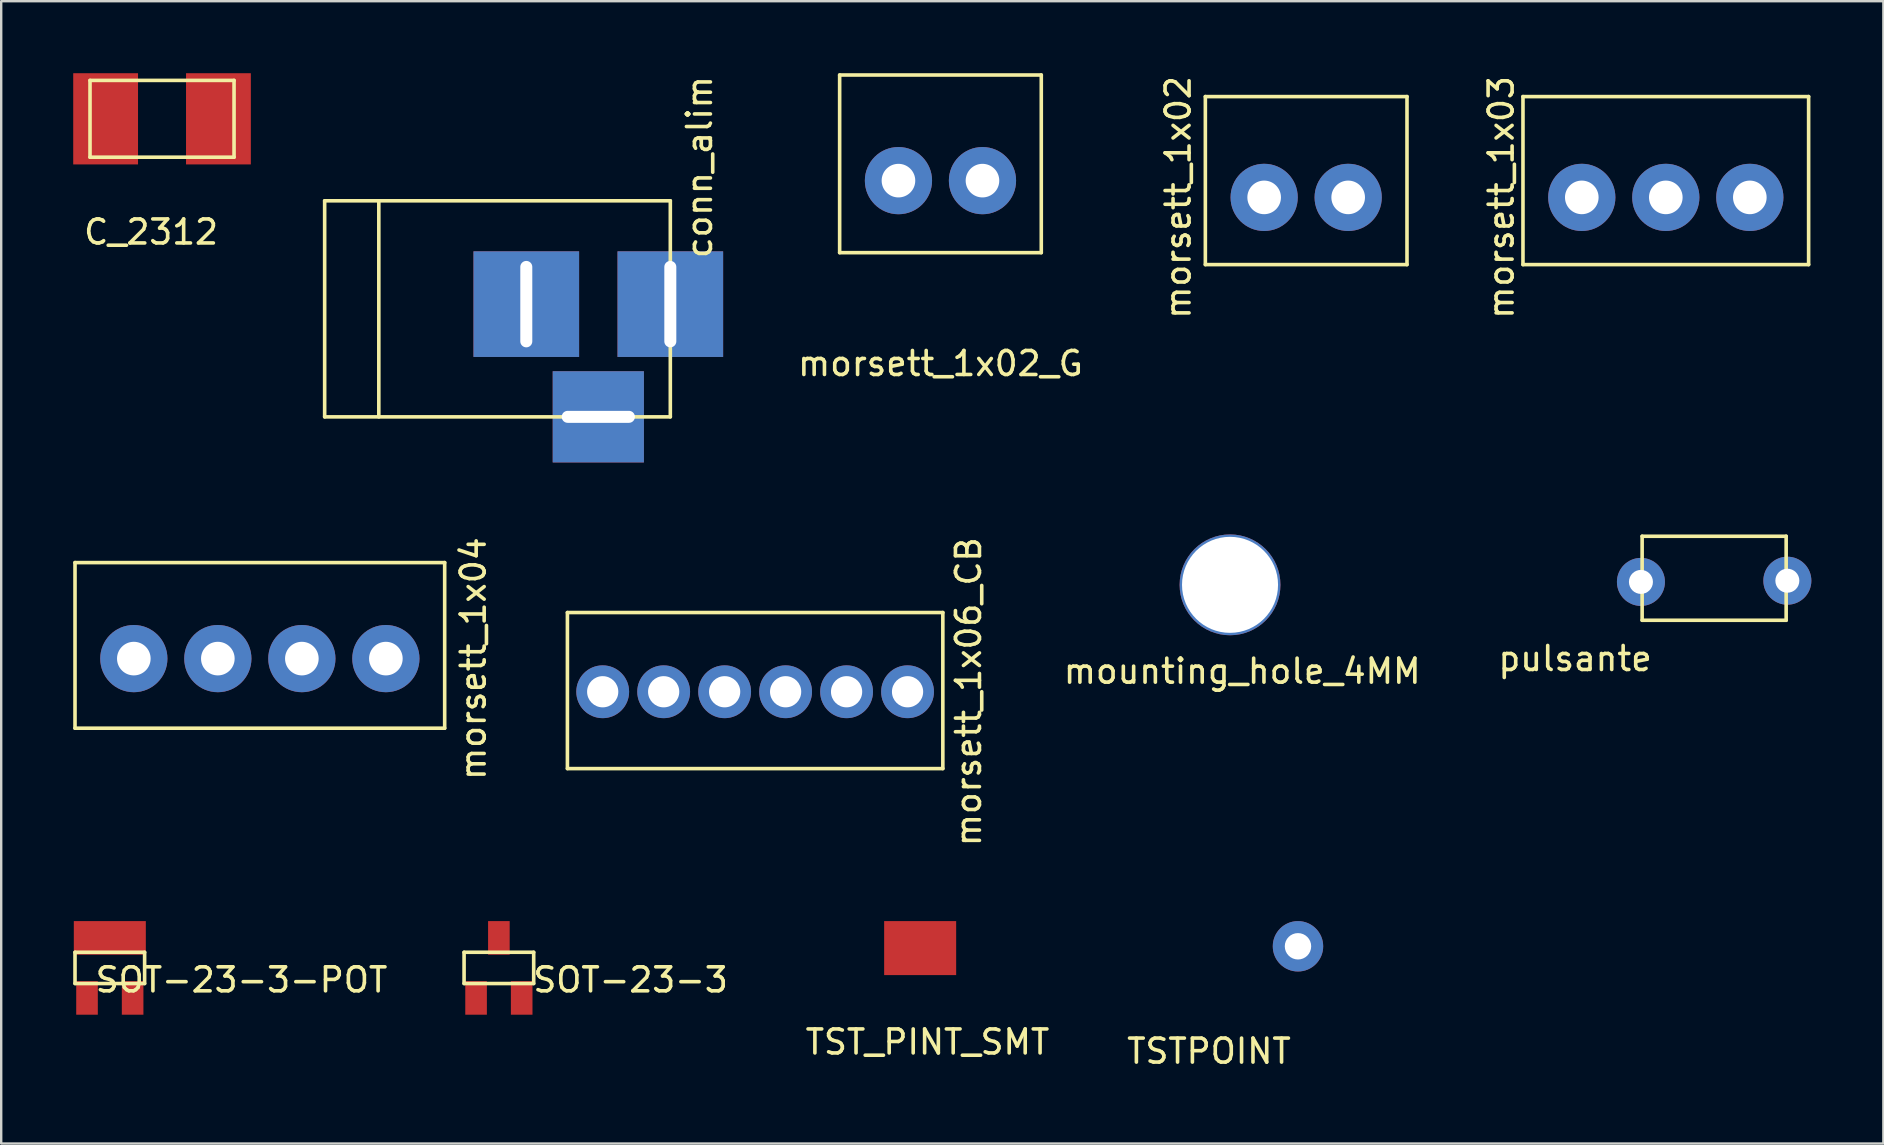
<source format=kicad_pcb>
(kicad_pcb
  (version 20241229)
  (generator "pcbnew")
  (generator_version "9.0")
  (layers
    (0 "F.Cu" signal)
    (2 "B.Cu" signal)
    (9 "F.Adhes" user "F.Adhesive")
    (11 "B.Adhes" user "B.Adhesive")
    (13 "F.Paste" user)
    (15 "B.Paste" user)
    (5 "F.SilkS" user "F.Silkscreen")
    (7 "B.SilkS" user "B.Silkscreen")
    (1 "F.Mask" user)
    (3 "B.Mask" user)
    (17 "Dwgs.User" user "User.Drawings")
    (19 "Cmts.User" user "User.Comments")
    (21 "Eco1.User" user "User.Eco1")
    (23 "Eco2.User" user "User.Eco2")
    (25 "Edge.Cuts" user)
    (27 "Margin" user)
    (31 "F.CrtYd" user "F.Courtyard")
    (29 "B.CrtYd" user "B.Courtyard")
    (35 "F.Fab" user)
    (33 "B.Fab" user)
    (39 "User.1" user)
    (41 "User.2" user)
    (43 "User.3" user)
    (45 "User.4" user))
  (footprint "pulsante"
    (layer "F.Cu")
    (at 68.36 21.04)
    (property "Reference" "pulsante" (at -5.791 3.345 0) (layer "F.SilkS") (effects (font (size 1 1) (thickness 0.15))))
    (attr through_hole)
    (fp_line (start -3 -1.75) (end -3 1.75) (stroke (width 0.15) (type solid)) (layer "F.SilkS"))
    (fp_line (start -3 -1.75) (end 3 -1.75) (stroke (width 0.15) (type solid)) (layer "F.SilkS"))
    (fp_line (start -3 1.75) (end 3 1.75) (stroke (width 0.15) (type solid)) (layer "F.SilkS"))
    (fp_line (start 3 1.75) (end 3 -1.75) (stroke (width 0.15) (type solid)) (layer "F.SilkS"))
    (pad "1" thru_hole circle (at -3.05 0.152) (size 2 2) (drill 1) (layers "*.Cu" "*.Mask"))
    (pad "2" thru_hole circle (at 3.05 0.102) (size 2 2) (drill 1) (layers "*.Cu" "*.Mask")))
  (footprint "TST_PINT_SMT"
    (layer "F.Cu")
    (at 35.283 36.447)
    (property "Reference" "TST_PINT_SMT" (at 0.305 3.912 0) (layer "F.SilkS") (effects (font (size 1 1) (thickness 0.15))))
    (attr through_hole)
    (pad "1" smd rect (at 0 0) (size 3 2.25) (layers "F.Cu" "F.Mask" "F.Paste")))
  (footprint "morsett_1x03"
    (layer "F.Cu")
    (at 66.346 5.173)
    (property "Reference" "morsett_1x03" (at -6.858 0 90) (layer "F.SilkS") (effects (font (size 1 1) (thickness 0.15))))
    (attr through_hole)
    (fp_line (start -5.95 -4.2) (end -5.95 2.8) (stroke (width 0.15) (type solid)) (layer "F.SilkS"))
    (fp_line (start -5.95 2.8) (end 5.95 2.8) (stroke (width 0.15) (type solid)) (layer "F.SilkS"))
    (fp_line (start 5.95 -4.2) (end -5.95 -4.2) (stroke (width 0.15) (type solid)) (layer "F.SilkS"))
    (fp_line (start 5.95 -4.2) (end 5.95 2.8) (stroke (width 0.15) (type solid)) (layer "F.SilkS"))
    (pad "1" thru_hole circle (at -3.5 0) (size 2.8 2.8) (drill 1.4) (layers "*.Cu" "*.Mask"))
    (pad "2" thru_hole circle (at 0 0) (size 2.8 2.8) (drill 1.4) (layers "*.Cu" "*.Mask"))
    (pad "3" thru_hole circle (at 3.5 0) (size 2.8 2.8) (drill 1.4) (layers "*.Cu" "*.Mask")))
  (footprint "morsett_1x06_CB"
    (layer "F.Cu")
    (at 28.408 25.768)
    (property "Reference" "morsett_1x06_CB" (at 8.89 0 90) (layer "F.SilkS") (effects (font (size 1 1) (thickness 0.15))))
    (attr through_hole)
    (fp_line (start -7.82 -3.3) (end -7.82 3.2) (stroke (width 0.15) (type solid)) (layer "F.SilkS"))
    (fp_line (start -7.82 3.2) (end 7.82 3.2) (stroke (width 0.15) (type solid)) (layer "F.SilkS"))
    (fp_line (start 7.82 -3.3) (end -7.82 -3.3) (stroke (width 0.15) (type solid)) (layer "F.SilkS"))
    (fp_line (start 7.82 -3.3) (end 7.82 3.2) (stroke (width 0.15) (type solid)) (layer "F.SilkS"))
    (pad "1" thru_hole circle (at -6.35 0) (size 2.2 2.2) (drill 1.3) (layers "*.Cu" "*.Mask"))
    (pad "2" thru_hole circle (at -3.81 0) (size 2.2 2.2) (drill 1.3) (layers "*.Cu" "*.Mask"))
    (pad "3" thru_hole circle (at -1.27 0) (size 2.2 2.2) (drill 1.3) (layers "*.Cu" "*.Mask"))
    (pad "4" thru_hole circle (at 1.27 0) (size 2.2 2.2) (drill 1.3) (layers "*.Cu" "*.Mask"))
    (pad "5" thru_hole circle (at 3.81 0) (size 2.2 2.2) (drill 1.3) (layers "*.Cu" "*.Mask"))
    (pad "6" thru_hole circle (at 6.35 0) (size 2.2 2.2) (drill 1.3) (layers "*.Cu" "*.Mask")))
  (footprint "mounting_hole_4MM"
    (layer "F.Cu")
    (at 48.7 24.413)
    (property "Reference" "mounting_hole_4MM" (at 0 0.5 0) (layer "F.SilkS") (effects (font (size 1 1) (thickness 0.15))))
    (attr through_hole)
    (pad "1" thru_hole circle (at -0.508 -3.099) (size 4.2 4.2) (drill 4) (layers "*.Cu" "*.Mask")))
  (footprint "TSTPOINT"
    (layer "F.Cu")
    (at 51.023 36.372)
    (property "Reference" "TSTPOINT" (at -3.708 4.369 0) (layer "F.SilkS") (effects (font (size 1 1) (thickness 0.15))))
    (attr through_hole)
    (pad "1" thru_hole circle (at 0 0) (size 2.1 2.1) (drill 1.1) (layers "*.Cu" "*.Mask")))
  (footprint "conn_alim"
    (layer "F.Cu")
    (at 21.875 13.045)
    (property "Reference" "conn_alim" (at 4.216 -9.134 90) (layer "F.SilkS") (effects (font (size 1 1) (thickness 0.15))))
    (attr through_hole)
    (fp_line (start -11.4 -7.73) (end -11.4 1.27) (stroke (width 0.15) (type solid)) (layer "F.SilkS"))
    (fp_line (start -11.4 -7.73) (end 3 -7.73) (stroke (width 0.15) (type solid)) (layer "F.SilkS"))
    (fp_line (start -11.4 1.27) (end 3 1.27) (stroke (width 0.15) (type solid)) (layer "F.SilkS"))
    (fp_line (start -9.144 -7.73) (end -9.144 1.27) (stroke (width 0.15) (type solid)) (layer "F.SilkS"))
    (fp_line (start 3 -7.73) (end 3 1.27) (stroke (width 0.15) (type solid)) (layer "F.SilkS"))
    (pad "1" thru_hole rect (at 3 -3.425) (size 4.4 4.4) (drill oval 0.5 3.6) (layers "*.Cu" "*.Mask"))
    (pad "2" thru_hole rect (at -3 -3.425) (size 4.4 4.4) (drill oval 0.5 3.6) (layers "*.Cu" "*.Mask"))
    (pad "3" thru_hole rect (at 0 1.27) (size 3.8 3.8) (drill oval 3.05 0.5) (layers "*.Cu" "*.Mask")))
  (footprint "SOT-23-3"
    (layer "F.Cu")
    (at 17.733 37.272)
    (property "Reference" "SOT-23-3" (at 5.486 0.5 0) (layer "F.SilkS") (effects (font (size 1 1) (thickness 0.15))))
    (attr through_hole)
    (fp_line (start -1.45 -0.65) (end 1.45 -0.65) (stroke (width 0.15) (type solid)) (layer "F.SilkS"))
    (fp_line (start -1.45 0.65) (end -1.45 -0.65) (stroke (width 0.15) (type solid)) (layer "F.SilkS"))
    (fp_line (start -1.45 0.65) (end 1.45 0.65) (stroke (width 0.15) (type solid)) (layer "F.SilkS"))
    (fp_line (start 1.45 0.65) (end 1.45 -0.65) (stroke (width 0.15) (type solid)) (layer "F.SilkS"))
    (pad "1" smd rect (at -0.95 1.25) (size 0.9 1.4) (layers "F.Cu" "F.Mask" "F.Paste"))
    (pad "2" smd rect (at 0.95 1.25) (size 0.9 1.4) (layers "F.Cu" "F.Mask" "F.Paste"))
    (pad "3" smd rect (at 0 -1.25) (size 0.9 1.4) (layers "F.Cu" "F.Mask" "F.Paste")))
  (footprint "morsett_1x02_G"
    (layer "F.Cu")
    (at 36.129 4.475)
    (property "Reference" "morsett_1x02_G" (at 0 7.62 0) (layer "F.SilkS") (effects (font (size 1 1) (thickness 0.15))))
    (attr through_hole)
    (fp_line (start -4.2 -4.4) (end -4.2 3) (stroke (width 0.15) (type solid)) (layer "F.SilkS"))
    (fp_line (start -4.2 3) (end 4.2 3) (stroke (width 0.15) (type solid)) (layer "F.SilkS"))
    (fp_line (start 4.2 -4.4) (end -4.2 -4.4) (stroke (width 0.15) (type solid)) (layer "F.SilkS"))
    (fp_line (start 4.2 -4.4) (end 4.2 3) (stroke (width 0.15) (type solid)) (layer "F.SilkS"))
    (pad "1" thru_hole circle (at -1.75 0) (size 2.8 2.8) (drill 1.4) (layers "*.Cu" "*.Mask"))
    (pad "2" thru_hole circle (at 1.75 0) (size 2.8 2.8) (drill 1.4) (layers "*.Cu" "*.Mask")))
  (footprint "SOT-23-3-POT"
    (layer "F.Cu")
    (at 1.525 37.272)
    (property "Reference" "SOT-23-3-POT" (at 5.486 0.5 0) (layer "F.SilkS") (effects (font (size 1 1) (thickness 0.15))))
    (attr through_hole)
    (fp_line (start -1.45 -0.65) (end 1.45 -0.65) (stroke (width 0.15) (type solid)) (layer "F.SilkS"))
    (fp_line (start -1.45 0.65) (end -1.45 -0.65) (stroke (width 0.15) (type solid)) (layer "F.SilkS"))
    (fp_line (start -1.45 0.65) (end 1.45 0.65) (stroke (width 0.15) (type solid)) (layer "F.SilkS"))
    (fp_line (start 1.45 0.65) (end 1.45 -0.65) (stroke (width 0.15) (type solid)) (layer "F.SilkS"))
    (pad "1" smd rect (at -0.95 1.25) (size 0.9 1.4) (layers "F.Cu" "F.Mask" "F.Paste"))
    (pad "2" smd rect (at 0.95 1.25) (size 0.9 1.4) (layers "F.Cu" "F.Mask" "F.Paste"))
    (pad "3" smd rect (at 0 -1.25) (size 3 1.4) (layers "F.Cu" "F.Mask" "F.Paste")))
  (footprint "morsett_1x04"
    (layer "F.Cu")
    (at 7.775 24.387)
    (property "Reference" "morsett_1x04" (at 8.89 0 90) (layer "F.SilkS") (effects (font (size 1 1) (thickness 0.15))))
    (attr through_hole)
    (fp_line (start -7.7 -4) (end -7.7 2.9) (stroke (width 0.15) (type solid)) (layer "F.SilkS"))
    (fp_line (start -7.7 2.9) (end 7.7 2.9) (stroke (width 0.15) (type solid)) (layer "F.SilkS"))
    (fp_line (start 7.7 -4) (end -7.7 -4) (stroke (width 0.15) (type solid)) (layer "F.SilkS"))
    (fp_line (start 7.7 -4) (end 7.7 2.9) (stroke (width 0.15) (type solid)) (layer "F.SilkS"))
    (pad "1" thru_hole circle (at -5.25 0) (size 2.8 2.8) (drill 1.4) (layers "*.Cu" "*.Mask"))
    (pad "2" thru_hole circle (at -1.75 0) (size 2.8 2.8) (drill 1.4) (layers "*.Cu" "*.Mask"))
    (pad "3" thru_hole circle (at 1.75 0) (size 2.8 2.8) (drill 1.4) (layers "*.Cu" "*.Mask"))
    (pad "4" thru_hole circle (at 5.25 0) (size 2.8 2.8) (drill 1.4) (layers "*.Cu" "*.Mask")))
  (footprint "C_2312"
    (layer "F.Cu")
    (at 3.7 1.9)
    (property "Reference" "C_2312" (at -0.457 4.716 0) (layer "F.SilkS") (effects (font (size 1 1) (thickness 0.15))))
    (attr through_hole)
    (fp_line (start -3 -1.6) (end 3 -1.6) (stroke (width 0.15) (type solid)) (layer "F.SilkS"))
    (fp_line (start -3 1.6) (end -3 -1.6) (stroke (width 0.15) (type solid)) (layer "F.SilkS"))
    (fp_line (start -3 1.6) (end 3 1.6) (stroke (width 0.15) (type solid)) (layer "F.SilkS"))
    (fp_line (start 3 1.6) (end 3 -1.6) (stroke (width 0.15) (type solid)) (layer "F.SilkS"))
    (pad "1" smd rect (at -2.35 0) (size 2.7 3.8) (layers "F.Cu" "F.Mask" "F.Paste"))
    (pad "2" smd rect (at 2.35 0) (size 2.7 3.8) (layers "F.Cu" "F.Mask" "F.Paste")))
  (footprint "morsett_1x02"
    (layer "F.Cu")
    (at 51.364 5.173)
    (property "Reference" "morsett_1x02" (at -5.334 0 90) (layer "F.SilkS") (effects (font (size 1 1) (thickness 0.15))))
    (attr through_hole)
    (fp_line (start -4.2 -4.2) (end -4.2 2.8) (stroke (width 0.15) (type solid)) (layer "F.SilkS"))
    (fp_line (start -4.2 2.8) (end 4.2 2.8) (stroke (width 0.15) (type solid)) (layer "F.SilkS"))
    (fp_line (start 4.2 -4.2) (end -4.2 -4.2) (stroke (width 0.15) (type solid)) (layer "F.SilkS"))
    (fp_line (start 4.2 -4.2) (end 4.2 2.8) (stroke (width 0.15) (type solid)) (layer "F.SilkS"))
    (pad "1" thru_hole circle (at -1.75 0) (size 2.8 2.8) (drill 1.4) (layers "*.Cu" "*.Mask"))
    (pad "2" thru_hole circle (at 1.75 0) (size 2.8 2.8) (drill 1.4) (layers "*.Cu" "*.Mask")))
  (gr_rect
    (start -3 -3)
    (end 75.41 44.589)
    (stroke (width 0.1) (type default))
    (fill no)
    (layer "Edge.Cuts")))
</source>
